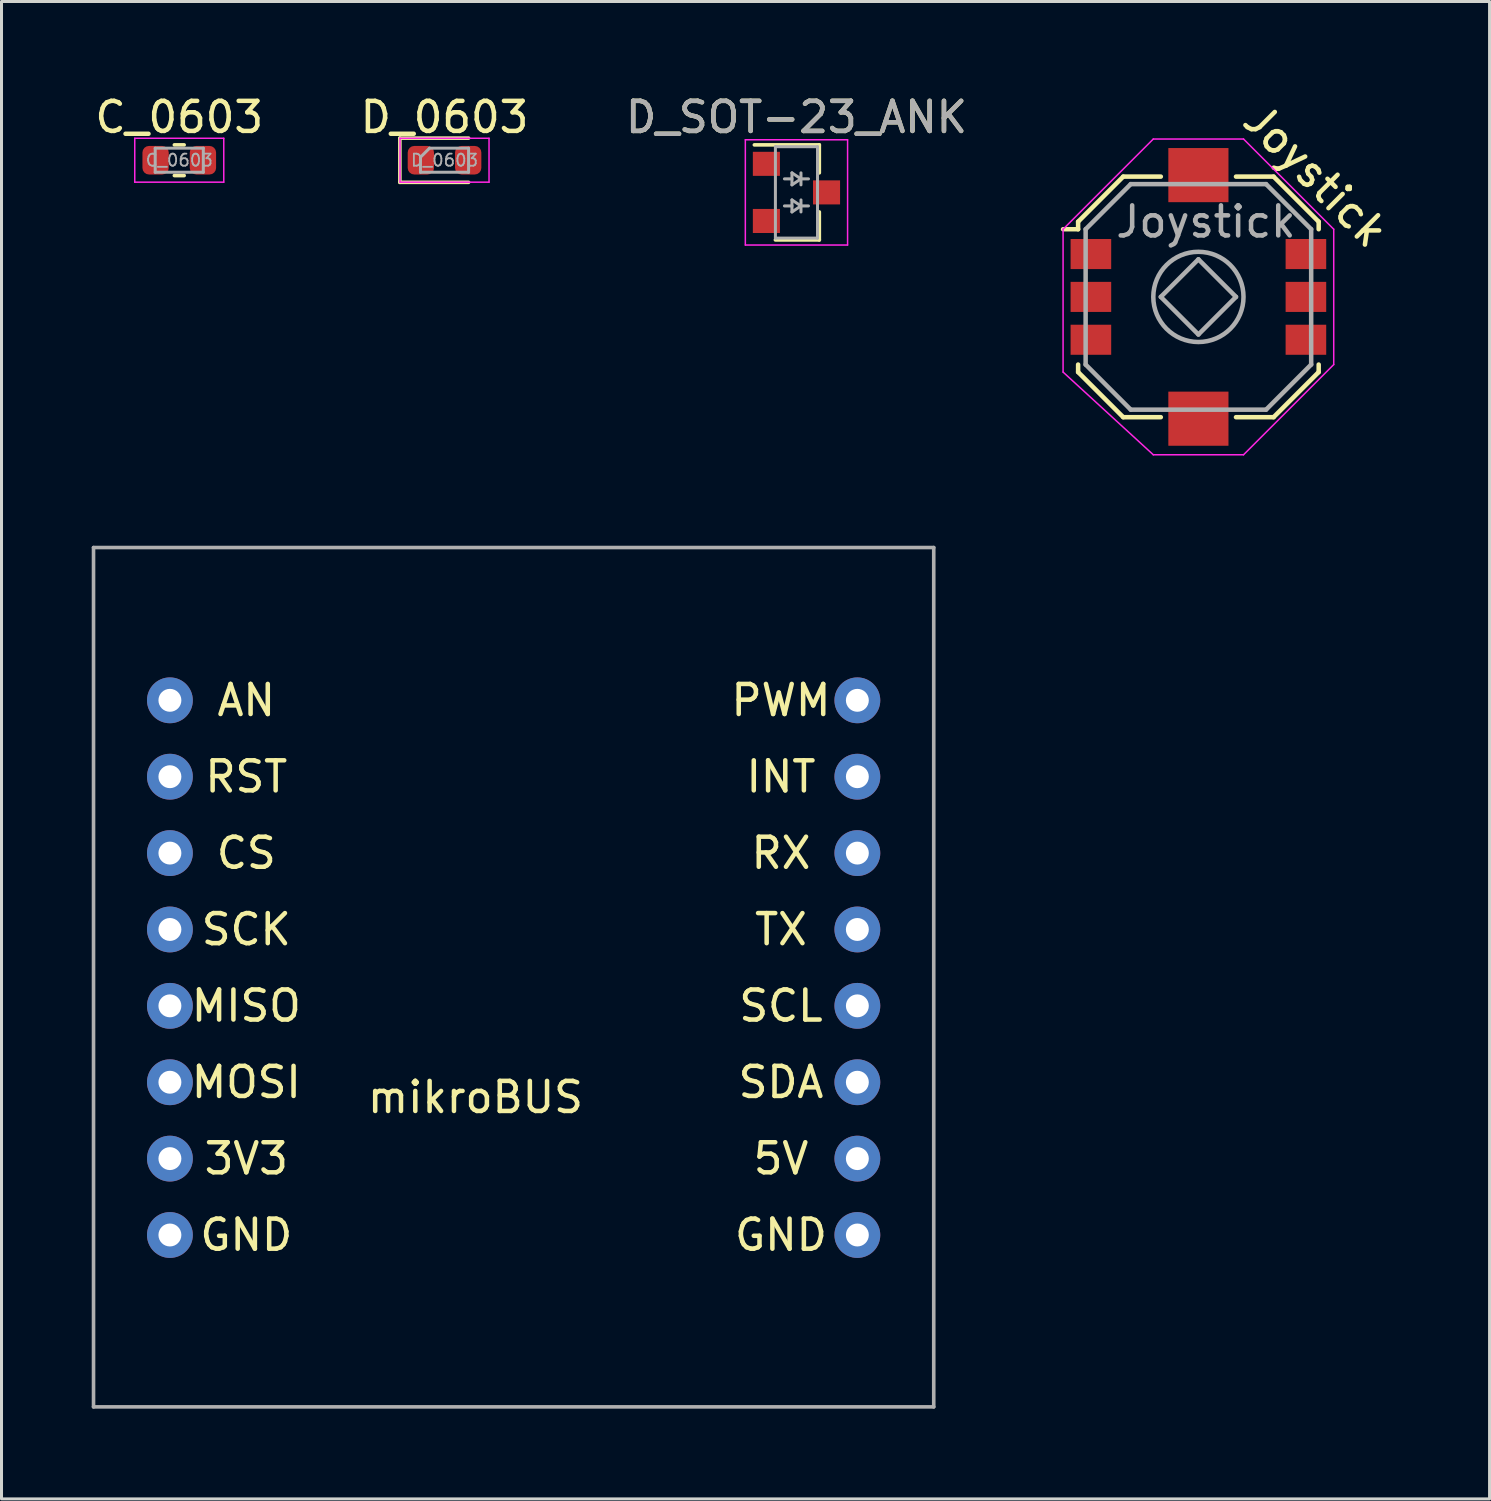
<source format=kicad_pcb>
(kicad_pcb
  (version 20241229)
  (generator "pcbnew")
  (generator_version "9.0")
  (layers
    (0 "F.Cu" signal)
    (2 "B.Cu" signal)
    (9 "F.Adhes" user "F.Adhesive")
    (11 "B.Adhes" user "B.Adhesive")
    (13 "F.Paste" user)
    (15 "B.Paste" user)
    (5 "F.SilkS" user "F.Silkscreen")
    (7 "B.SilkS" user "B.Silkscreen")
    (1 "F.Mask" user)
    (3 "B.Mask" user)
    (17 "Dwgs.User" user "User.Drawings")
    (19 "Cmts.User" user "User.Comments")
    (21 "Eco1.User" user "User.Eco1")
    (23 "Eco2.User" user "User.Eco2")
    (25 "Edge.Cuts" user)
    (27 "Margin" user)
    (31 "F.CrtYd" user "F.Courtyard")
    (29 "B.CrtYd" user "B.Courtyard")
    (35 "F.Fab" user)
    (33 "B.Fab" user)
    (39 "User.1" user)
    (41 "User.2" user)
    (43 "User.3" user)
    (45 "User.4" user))
  (footprint "D_0603"
    (layer "F.Cu")
    (at 11.732 2.278)
    (property "Reference" "D_0603" (at 0 -1.43 0) (layer "F.SilkS") (effects (font (size 1 1) (thickness 0.15))))
    (attr smd)
    (fp_line (start -1.485 -0.735) (end -1.485 0.735) (stroke (width 0.12) (type solid)) (layer "F.SilkS"))
    (fp_line (start -1.485 0.735) (end 0.8 0.735) (stroke (width 0.12) (type solid)) (layer "F.SilkS"))
    (fp_line (start 0.8 -0.735) (end -1.485 -0.735) (stroke (width 0.12) (type solid)) (layer "F.SilkS"))
    (fp_line (start -1.48 -0.73) (end 1.48 -0.73) (stroke (width 0.05) (type solid)) (layer "F.CrtYd"))
    (fp_line (start -1.48 0.73) (end -1.48 -0.73) (stroke (width 0.05) (type solid)) (layer "F.CrtYd"))
    (fp_line (start 1.48 -0.73) (end 1.48 0.73) (stroke (width 0.05) (type solid)) (layer "F.CrtYd"))
    (fp_line (start 1.48 0.73) (end -1.48 0.73) (stroke (width 0.05) (type solid)) (layer "F.CrtYd"))
    (fp_line (start -0.8 -0.1) (end -0.8 0.4) (stroke (width 0.1) (type solid)) (layer "F.Fab"))
    (fp_line (start -0.8 0.4) (end 0.8 0.4) (stroke (width 0.1) (type solid)) (layer "F.Fab"))
    (fp_line (start -0.5 -0.4) (end -0.8 -0.1) (stroke (width 0.1) (type solid)) (layer "F.Fab"))
    (fp_line (start 0.8 -0.4) (end -0.5 -0.4) (stroke (width 0.1) (type solid)) (layer "F.Fab"))
    (fp_line (start 0.8 0.4) (end 0.8 -0.4) (stroke (width 0.1) (type solid)) (layer "F.Fab"))
    (fp_text user "${REFERENCE}" (at 0 0 0) (layer "F.Fab") (effects (font (size 0.4 0.4) (thickness 0.06))))
    (pad "1" smd roundrect (at -0.787 0) (size 0.875 0.95) (layers "F.Cu" "F.Mask" "F.Paste") (roundrect_rratio 0.25))
    (pad "2" smd roundrect (at 0.787 0) (size 0.875 0.95) (layers "F.Cu" "F.Mask" "F.Paste") (roundrect_rratio 0.25)))
  (footprint "C_0603"
    (layer "F.Cu")
    (at 2.911 2.278)
    (property "Reference" "C_0603" (at 0 -1.43 0) (layer "F.SilkS") (effects (font (size 1 1) (thickness 0.15))))
    (attr smd)
    (fp_line (start -0.163 -0.51) (end 0.163 -0.51) (stroke (width 0.12) (type solid)) (layer "F.SilkS"))
    (fp_line (start -0.163 0.51) (end 0.163 0.51) (stroke (width 0.12) (type solid)) (layer "F.SilkS"))
    (fp_line (start -1.48 -0.73) (end 1.48 -0.73) (stroke (width 0.05) (type solid)) (layer "F.CrtYd"))
    (fp_line (start -1.48 0.73) (end -1.48 -0.73) (stroke (width 0.05) (type solid)) (layer "F.CrtYd"))
    (fp_line (start 1.48 -0.73) (end 1.48 0.73) (stroke (width 0.05) (type solid)) (layer "F.CrtYd"))
    (fp_line (start 1.48 0.73) (end -1.48 0.73) (stroke (width 0.05) (type solid)) (layer "F.CrtYd"))
    (fp_line (start -0.8 -0.4) (end 0.8 -0.4) (stroke (width 0.1) (type solid)) (layer "F.Fab"))
    (fp_line (start -0.8 0.4) (end -0.8 -0.4) (stroke (width 0.1) (type solid)) (layer "F.Fab"))
    (fp_line (start 0.8 -0.4) (end 0.8 0.4) (stroke (width 0.1) (type solid)) (layer "F.Fab"))
    (fp_line (start 0.8 0.4) (end -0.8 0.4) (stroke (width 0.1) (type solid)) (layer "F.Fab"))
    (fp_text user "${REFERENCE}" (at 0 0 0) (layer "F.Fab") (effects (font (size 0.4 0.4) (thickness 0.06))))
    (pad "1" smd roundrect (at -0.787 0) (size 0.875 0.95) (layers "F.Cu" "F.Mask" "F.Paste") (roundrect_rratio 0.25))
    (pad "2" smd roundrect (at 0.787 0) (size 0.875 0.95) (layers "F.Cu" "F.Mask" "F.Paste") (roundrect_rratio 0.25)))
  (footprint "D_SOT-23_ANK"
    (layer "F.Cu")
    (at 23.435 3.348)
    (property "Reference" "D_SOT-23_ANK" (at 0 -2.5 0) (layer "F.SilkS") (effects (font (size 1 1) (thickness 0.15))))
    (attr smd)
    (fp_line (start 0.76 -1.58) (end -1.4 -1.58) (stroke (width 0.12) (type solid)) (layer "F.SilkS"))
    (fp_line (start 0.76 -1.58) (end 0.76 -0.65) (stroke (width 0.12) (type solid)) (layer "F.SilkS"))
    (fp_line (start 0.76 1.58) (end -0.7 1.58) (stroke (width 0.12) (type solid)) (layer "F.SilkS"))
    (fp_line (start 0.76 1.58) (end 0.76 0.65) (stroke (width 0.12) (type solid)) (layer "F.SilkS"))
    (fp_line (start -1.7 -1.75) (end 1.7 -1.75) (stroke (width 0.05) (type solid)) (layer "F.CrtYd"))
    (fp_line (start -1.7 1.75) (end -1.7 -1.75) (stroke (width 0.05) (type solid)) (layer "F.CrtYd"))
    (fp_line (start 1.7 -1.75) (end 1.7 1.75) (stroke (width 0.05) (type solid)) (layer "F.CrtYd"))
    (fp_line (start 1.7 1.75) (end -1.7 1.75) (stroke (width 0.05) (type solid)) (layer "F.CrtYd"))
    (fp_line (start -0.7 -1.52) (end -0.7 1.52) (stroke (width 0.1) (type solid)) (layer "F.Fab"))
    (fp_line (start -0.7 -1.52) (end 0.7 -1.52) (stroke (width 0.1) (type solid)) (layer "F.Fab"))
    (fp_line (start -0.7 1.52) (end 0.7 1.52) (stroke (width 0.1) (type solid)) (layer "F.Fab"))
    (fp_line (start -0.15 -0.65) (end -0.15 -0.25) (stroke (width 0.1) (type solid)) (layer "F.Fab"))
    (fp_line (start -0.15 -0.45) (end -0.4 -0.45) (stroke (width 0.1) (type solid)) (layer "F.Fab"))
    (fp_line (start -0.15 -0.25) (end 0.15 -0.45) (stroke (width 0.1) (type solid)) (layer "F.Fab"))
    (fp_line (start -0.15 0.25) (end -0.15 0.65) (stroke (width 0.1) (type solid)) (layer "F.Fab"))
    (fp_line (start -0.15 0.45) (end -0.4 0.45) (stroke (width 0.1) (type solid)) (layer "F.Fab"))
    (fp_line (start -0.15 0.65) (end 0.15 0.45) (stroke (width 0.1) (type solid)) (layer "F.Fab"))
    (fp_line (start 0.15 -0.65) (end 0.15 -0.25) (stroke (width 0.1) (type solid)) (layer "F.Fab"))
    (fp_line (start 0.15 -0.45) (end -0.15 -0.65) (stroke (width 0.1) (type solid)) (layer "F.Fab"))
    (fp_line (start 0.15 -0.45) (end 0.4 -0.45) (stroke (width 0.1) (type solid)) (layer "F.Fab"))
    (fp_line (start 0.15 0.25) (end 0.15 0.65) (stroke (width 0.1) (type solid)) (layer "F.Fab"))
    (fp_line (start 0.15 0.45) (end -0.15 0.25) (stroke (width 0.1) (type solid)) (layer "F.Fab"))
    (fp_line (start 0.15 0.45) (end 0.4 0.45) (stroke (width 0.1) (type solid)) (layer "F.Fab"))
    (fp_line (start 0.7 -1.52) (end 0.7 1.52) (stroke (width 0.1) (type solid)) (layer "F.Fab"))
    (fp_text user "${REFERENCE}" (at 0 -2.5 0) (layer "F.Fab") (effects (font (size 1 1) (thickness 0.15))))
    (pad "1" smd rect (at 1 0) (size 0.9 0.8) (layers "F.Cu" "F.Mask" "F.Paste"))
    (pad "2" smd rect (at -1 -0.95) (size 0.9 0.8) (layers "F.Cu" "F.Mask" "F.Paste"))
    (pad "3" smd rect (at -1 0.95) (size 0.9 0.8) (layers "F.Cu" "F.Mask" "F.Paste")))
  (footprint "Joystick"
    (layer "F.Cu")
    (at 36.801 6.823)
    (property "Reference" "Joystick" (at 3.889 -4.031 135) (layer "F.SilkS") (effects (font (size 1 1) (thickness 0.15))))
    (attr through_hole)
    (fp_line (start -4 -2.5) (end -2.5 -4) (stroke (width 0.15) (type solid)) (layer "F.SilkS"))
    (fp_line (start -4 -2.25) (end -4.5 -2.25) (stroke (width 0.15) (type solid)) (layer "F.SilkS"))
    (fp_line (start -4 -2.25) (end -4 -2.5) (stroke (width 0.15) (type solid)) (layer "F.SilkS"))
    (fp_line (start -4 2.5) (end -4 2.25) (stroke (width 0.15) (type solid)) (layer "F.SilkS"))
    (fp_line (start -4 2.5) (end -2.5 4) (stroke (width 0.15) (type solid)) (layer "F.SilkS"))
    (fp_line (start -2.5 -4) (end -1.25 -4) (stroke (width 0.15) (type solid)) (layer "F.SilkS"))
    (fp_line (start -2.5 4) (end -1.25 4) (stroke (width 0.15) (type solid)) (layer "F.SilkS"))
    (fp_line (start 1.25 -4) (end 2.5 -4) (stroke (width 0.15) (type solid)) (layer "F.SilkS"))
    (fp_line (start 1.25 4) (end 2.5 4) (stroke (width 0.15) (type solid)) (layer "F.SilkS"))
    (fp_line (start 2.5 -4) (end 4 -2.5) (stroke (width 0.15) (type solid)) (layer "F.SilkS"))
    (fp_line (start 2.5 4) (end 4 2.5) (stroke (width 0.15) (type solid)) (layer "F.SilkS"))
    (fp_line (start 4 -2.25) (end 4 -2.5) (stroke (width 0.15) (type solid)) (layer "F.SilkS"))
    (fp_line (start 4 2.5) (end 4 2.25) (stroke (width 0.15) (type solid)) (layer "F.SilkS"))
    (fp_line (start -4.5 -2.25) (end -1.5 -5.25) (stroke (width 0.05) (type solid)) (layer "F.CrtYd"))
    (fp_line (start -4.5 2.5) (end -4.5 -2.25) (stroke (width 0.05) (type solid)) (layer "F.CrtYd"))
    (fp_line (start -1.5 -5.25) (end 1.5 -5.25) (stroke (width 0.05) (type solid)) (layer "F.CrtYd"))
    (fp_line (start -1.5 5.25) (end -4.5 2.5) (stroke (width 0.05) (type solid)) (layer "F.CrtYd"))
    (fp_line (start 1.5 5.25) (end -1.5 5.25) (stroke (width 0.05) (type solid)) (layer "F.CrtYd"))
    (fp_line (start 1.5 5.25) (end 4.5 2.25) (stroke (width 0.05) (type solid)) (layer "F.CrtYd"))
    (fp_line (start 4.5 -2.25) (end 1.5 -5.25) (stroke (width 0.05) (type solid)) (layer "F.CrtYd"))
    (fp_line (start 4.5 -2.25) (end 4.5 2.25) (stroke (width 0.05) (type solid)) (layer "F.CrtYd"))
    (fp_line (start -3.75 -2.25) (end -3.75 2.25) (stroke (width 0.15) (type solid)) (layer "F.Fab"))
    (fp_line (start -3.75 2.25) (end -2.25 3.75) (stroke (width 0.15) (type solid)) (layer "F.Fab"))
    (fp_line (start -2.25 -3.75) (end -3.75 -2.25) (stroke (width 0.15) (type solid)) (layer "F.Fab"))
    (fp_line (start -2.25 3.75) (end 2.25 3.75) (stroke (width 0.15) (type solid)) (layer "F.Fab"))
    (fp_line (start 0 -1.25) (end -1.25 0) (stroke (width 0.15) (type solid)) (layer "F.Fab"))
    (fp_line (start 0 1.25) (end -1.25 0) (stroke (width 0.15) (type solid)) (layer "F.Fab"))
    (fp_line (start 1.25 0) (end 0 -1.25) (stroke (width 0.15) (type solid)) (layer "F.Fab"))
    (fp_line (start 1.25 0) (end 0 1.25) (stroke (width 0.15) (type solid)) (layer "F.Fab"))
    (fp_line (start 2.25 -3.75) (end -2.25 -3.75) (stroke (width 0.15) (type solid)) (layer "F.Fab"))
    (fp_line (start 2.25 3.75) (end 3.75 2.25) (stroke (width 0.15) (type solid)) (layer "F.Fab"))
    (fp_line (start 3.75 -2.25) (end 2.25 -3.75) (stroke (width 0.15) (type solid)) (layer "F.Fab"))
    (fp_line (start 3.75 2.25) (end 3.75 -2.25) (stroke (width 0.15) (type solid)) (layer "F.Fab"))
    (fp_circle (center 0 0) (end 1.5 0) (stroke (width 0.15) (type solid)) (fill no) (layer "F.Fab"))
    (fp_text user "${REFERENCE}" (at 0.25 -2.5 0) (layer "F.Fab") (effects (font (size 1 1) (thickness 0.15))))
    (pad "1" smd rect (at -3.575 -1.425) (size 1.35 1) (layers "F.Cu" "F.Mask" "F.Paste"))
    (pad "2" smd rect (at -3.575 0) (size 1.35 1) (layers "F.Cu" "F.Mask" "F.Paste"))
    (pad "3" smd rect (at -3.575 1.425) (size 1.35 1) (layers "F.Cu" "F.Mask" "F.Paste"))
    (pad "4" smd rect (at 3.575 1.425) (size 1.35 1) (layers "F.Cu" "F.Mask" "F.Paste"))
    (pad "5" smd rect (at 3.575 0) (size 1.35 1) (layers "F.Cu" "F.Mask" "F.Paste"))
    (pad "6" smd rect (at 3.575 -1.425) (size 1.35 1) (layers "F.Cu" "F.Mask" "F.Paste"))
    (pad "7" smd rect (at 0 4.05) (size 2 1.8) (layers "F.Cu" "F.Mask" "F.Paste"))
    (pad "8" smd rect (at 0 -4.05) (size 2 1.8) (layers "F.Cu" "F.Mask" "F.Paste")))
  (footprint "mikroBUS"
    (layer "F.Cu")
    (at 14.03 29.128)
    (property "Reference" "mikroBUS" (at -1.27 4.31 0) (layer "F.SilkS") (effects (font (size 1 1) (thickness 0.15))))
    (attr through_hole)
    (fp_line (start -13.97 -13.97) (end 13.97 -13.97) (stroke (width 0.12) (type solid)) (layer "F.Fab"))
    (fp_line (start -13.97 14.605) (end -13.97 -13.97) (stroke (width 0.12) (type solid)) (layer "F.Fab"))
    (fp_line (start 13.97 -13.97) (end 13.97 14.605) (stroke (width 0.12) (type solid)) (layer "F.Fab"))
    (fp_line (start 13.97 14.605) (end -13.97 14.605) (stroke (width 0.12) (type solid)) (layer "F.Fab"))
    (fp_text user "SCL" (at 8.89 1.27 0) (layer "F.SilkS") (effects (font (size 1 1) (thickness 0.15))))
    (fp_text user "AN" (at -8.89 -8.89 0) (layer "F.SilkS") (effects (font (size 1 1) (thickness 0.15))))
    (fp_text user "CS" (at -8.89 -3.81 0) (layer "F.SilkS") (effects (font (size 1 1) (thickness 0.15))))
    (fp_text user "5V" (at 8.89 6.35 0) (layer "F.SilkS") (effects (font (size 1 1) (thickness 0.15))))
    (fp_text user "INT" (at 8.89 -6.35 0) (layer "F.SilkS") (effects (font (size 1 1) (thickness 0.15))))
    (fp_text user "GND" (at 8.89 8.89 0) (layer "F.SilkS") (effects (font (size 1 1) (thickness 0.15))))
    (fp_text user "MOSI" (at -8.89 3.81 0) (layer "F.SilkS") (effects (font (size 1 1) (thickness 0.15))))
    (fp_text user "PWM" (at 8.89 -8.89 0) (layer "F.SilkS") (effects (font (size 1 1) (thickness 0.15))))
    (fp_text user "SCK" (at -8.89 -1.27 0) (layer "F.SilkS") (effects (font (size 1 1) (thickness 0.15))))
    (fp_text user "MISO" (at -8.89 1.27 0) (layer "F.SilkS") (effects (font (size 1 1) (thickness 0.15))))
    (fp_text user "RST" (at -8.89 -6.35 0) (layer "F.SilkS") (effects (font (size 1 1) (thickness 0.15))))
    (fp_text user "SDA" (at 8.89 3.81 0) (layer "F.SilkS") (effects (font (size 1 1) (thickness 0.15))))
    (fp_text user "3V3" (at -8.89 6.35 0) (layer "F.SilkS") (effects (font (size 1 1) (thickness 0.15))))
    (fp_text user "TX" (at 8.89 -1.27 0) (layer "F.SilkS") (effects (font (size 1 1) (thickness 0.15))))
    (fp_text user "RX" (at 8.89 -3.81 0) (layer "F.SilkS") (effects (font (size 1 1) (thickness 0.15))))
    (fp_text user "GND" (at -8.89 8.89 0) (layer "F.SilkS") (effects (font (size 1 1) (thickness 0.15))))
    (pad "1" thru_hole circle (at -11.43 -8.89) (size 1.524 1.524) (drill 0.762) (layers "*.Cu" "*.Mask"))
    (pad "2" thru_hole circle (at -11.43 -6.35) (size 1.524 1.524) (drill 0.762) (layers "*.Cu" "*.Mask"))
    (pad "3" thru_hole circle (at -11.43 -3.81) (size 1.524 1.524) (drill 0.762) (layers "*.Cu" "*.Mask"))
    (pad "4" thru_hole circle (at -11.43 -1.27) (size 1.524 1.524) (drill 0.762) (layers "*.Cu" "*.Mask"))
    (pad "5" thru_hole circle (at -11.43 1.27) (size 1.524 1.524) (drill 0.762) (layers "*.Cu" "*.Mask"))
    (pad "6" thru_hole circle (at -11.43 3.81) (size 1.524 1.524) (drill 0.762) (layers "*.Cu" "*.Mask"))
    (pad "7" thru_hole circle (at -11.43 6.35) (size 1.524 1.524) (drill 0.762) (layers "*.Cu" "*.Mask"))
    (pad "8" thru_hole circle (at -11.43 8.89) (size 1.524 1.524) (drill 0.762) (layers "*.Cu" "*.Mask"))
    (pad "9" thru_hole circle (at 11.43 8.89) (size 1.524 1.524) (drill 0.762) (layers "*.Cu" "*.Mask"))
    (pad "10" thru_hole circle (at 11.43 6.35) (size 1.524 1.524) (drill 0.762) (layers "*.Cu" "*.Mask"))
    (pad "11" thru_hole circle (at 11.43 3.81) (size 1.524 1.524) (drill 0.762) (layers "*.Cu" "*.Mask"))
    (pad "12" thru_hole circle (at 11.43 1.27) (size 1.524 1.524) (drill 0.762) (layers "*.Cu" "*.Mask"))
    (pad "13" thru_hole circle (at 11.43 -1.27) (size 1.524 1.524) (drill 0.762) (layers "*.Cu" "*.Mask"))
    (pad "14" thru_hole circle (at 11.43 -3.81) (size 1.524 1.524) (drill 0.762) (layers "*.Cu" "*.Mask"))
    (pad "15" thru_hole circle (at 11.43 -6.35) (size 1.524 1.524) (drill 0.762) (layers "*.Cu" "*.Mask"))
    (pad "16" thru_hole circle (at 11.43 -8.89) (size 1.524 1.524) (drill 0.762) (layers "*.Cu" "*.Mask")))
  (gr_rect
    (start -3 -3)
    (end 46.483 46.793)
    (stroke (width 0.1) (type default))
    (fill no)
    (layer "Edge.Cuts")))
</source>
